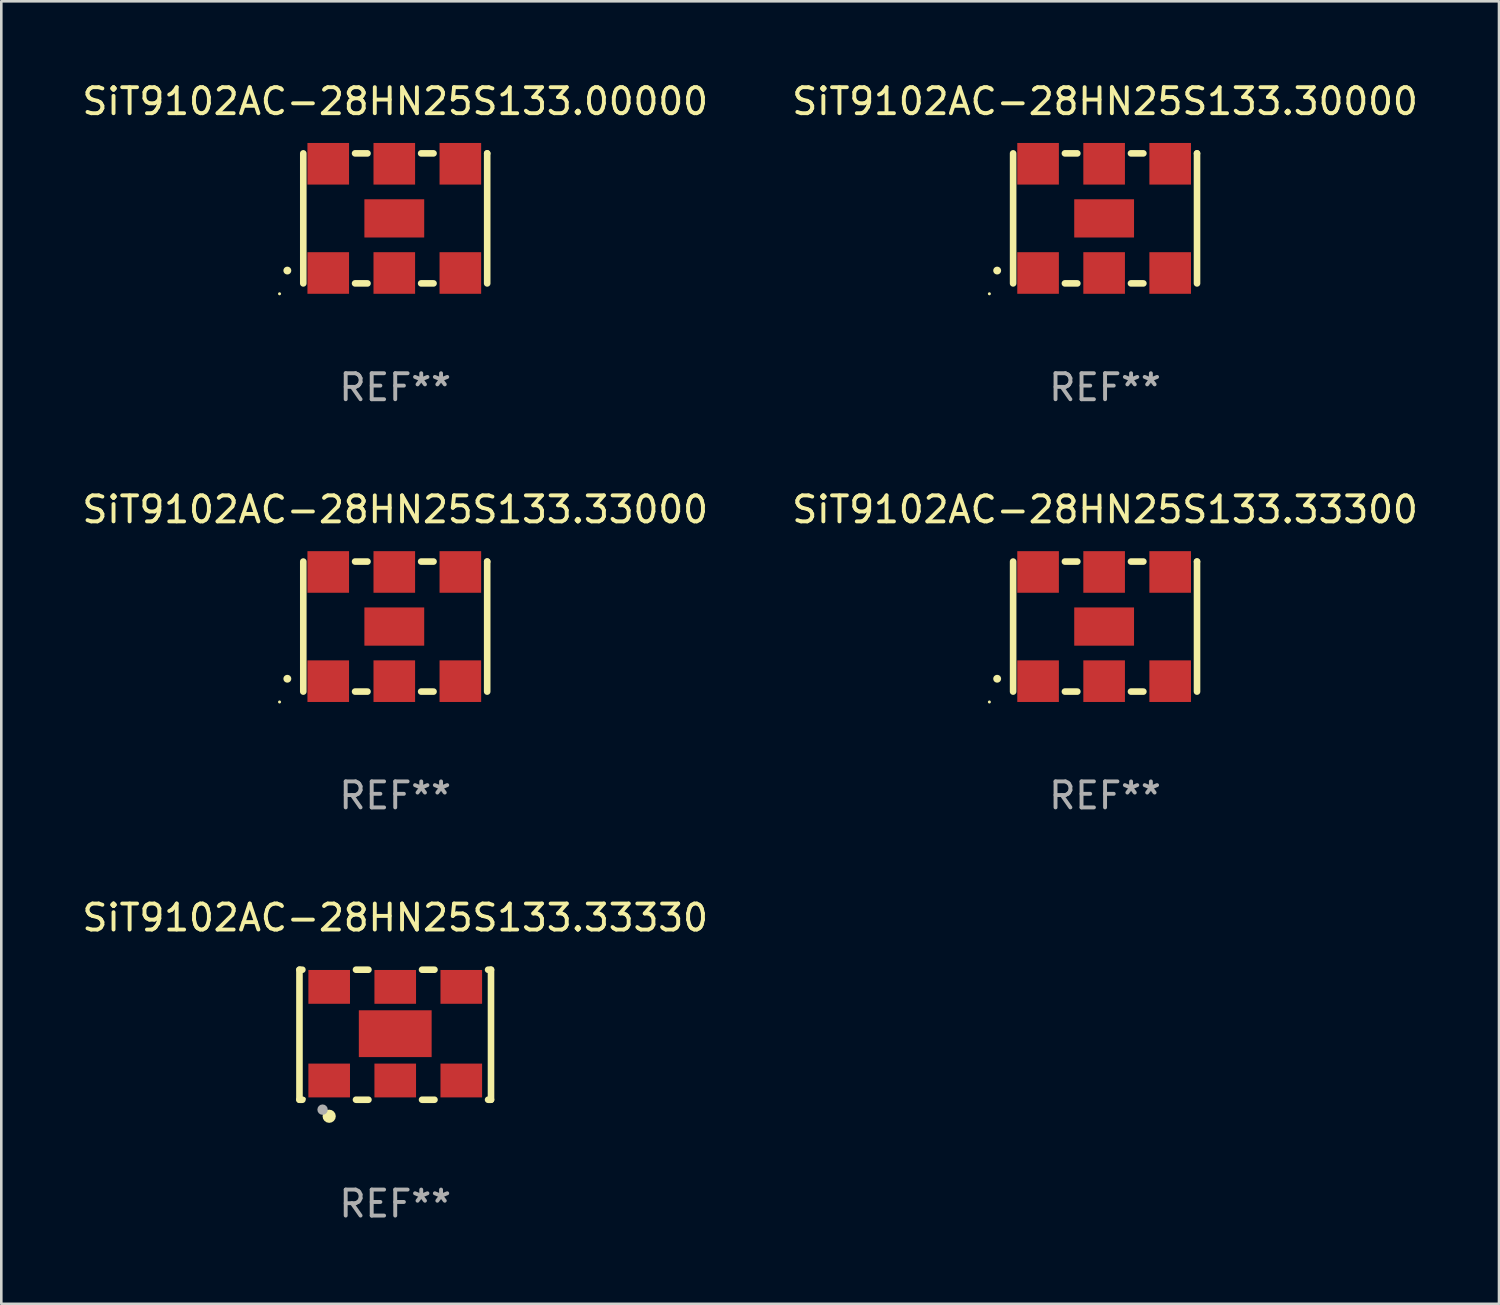
<source format=kicad_pcb>
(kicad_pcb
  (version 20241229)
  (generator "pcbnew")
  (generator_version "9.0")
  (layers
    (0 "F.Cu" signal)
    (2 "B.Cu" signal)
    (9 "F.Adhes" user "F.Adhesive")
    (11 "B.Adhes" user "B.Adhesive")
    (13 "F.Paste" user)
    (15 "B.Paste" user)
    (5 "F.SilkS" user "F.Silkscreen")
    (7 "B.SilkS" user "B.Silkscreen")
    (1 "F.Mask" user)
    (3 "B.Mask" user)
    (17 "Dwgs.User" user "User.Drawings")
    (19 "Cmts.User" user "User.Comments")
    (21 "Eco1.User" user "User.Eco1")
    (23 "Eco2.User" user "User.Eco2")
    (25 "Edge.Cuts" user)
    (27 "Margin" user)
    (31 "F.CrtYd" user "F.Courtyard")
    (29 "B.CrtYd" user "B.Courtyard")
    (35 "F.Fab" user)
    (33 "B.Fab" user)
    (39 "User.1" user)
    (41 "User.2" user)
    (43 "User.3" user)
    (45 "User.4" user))
  (footprint "SiT9102AC-28HN25S133.30000"
    (layer "F.Cu")
    (at 39.446 5.348)
    (property "Reference" "SiT9102AC-28HN25S133.30000" (at 0 -4.5 0) (layer "F.SilkS") (effects (font (size 1 1) (thickness 0.15))))
    (attr through_hole)
    (fp_line (start -3.536 -2.5) (end -3.536 2.5) (stroke (width 0.254) (type solid)) (layer "F.SilkS"))
    (fp_line (start -1.544 2.5) (end -1.067 2.5) (stroke (width 0.254) (type solid)) (layer "F.SilkS"))
    (fp_line (start -1.067 -2.5) (end -1.544 -2.5) (stroke (width 0.254) (type solid)) (layer "F.SilkS"))
    (fp_line (start 0.996 2.5) (end 1.473 2.5) (stroke (width 0.254) (type solid)) (layer "F.SilkS"))
    (fp_line (start 1.473 -2.5) (end 0.996 -2.5) (stroke (width 0.254) (type solid)) (layer "F.SilkS"))
    (fp_line (start 3.536 -2.5) (end 3.536 -2.5) (stroke (width 0.254) (type solid)) (layer "F.SilkS"))
    (fp_line (start 3.536 2.5) (end 3.536 -2.5) (stroke (width 0.254) (type solid)) (layer "F.SilkS"))
    (fp_arc (start -4.150432 2.006604) (mid -4.149162 2.006599) (end -4.147892 2.006604) (stroke (width 0.3) (type solid)) (layer "F.SilkS"))
    (fp_circle (center -4.449 2.9) (end -4.419 2.9) (stroke (width 0.06) (type solid)) (fill no) (layer "F.SilkS"))
    (fp_text user "REF**" (at 0 6.5 0) (layer "F.Fab") (effects (font (size 1 1) (thickness 0.15))))
    (pad "1" smd rect (at -2.576 2.1) (size 1.6 1.6) (layers "F.Cu" "F.Mask" "F.Paste"))
    (pad "2" smd rect (at -0.036 2.1) (size 1.6 1.6) (layers "F.Cu" "F.Mask" "F.Paste"))
    (pad "3" smd rect (at 2.504 2.1) (size 1.6 1.6) (layers "F.Cu" "F.Mask" "F.Paste"))
    (pad "4" smd rect (at 2.504 -2.1) (size 1.6 1.6) (layers "F.Cu" "F.Mask" "F.Paste"))
    (pad "5" smd rect (at -0.036 -2.1) (size 1.6 1.6) (layers "F.Cu" "F.Mask" "F.Paste"))
    (pad "6" smd rect (at -2.576 -2.1) (size 1.6 1.6) (layers "F.Cu" "F.Mask" "F.Paste"))
    (pad "7" smd rect (at -0.036 0) (size 2.3 1.47) (layers "F.Cu" "F.Mask" "F.Paste")))
  (footprint "SiT9102AC-28HN25S133.33330"
    (layer "F.Cu")
    (at 12.149 36.741)
    (property "Reference" "SiT9102AC-28HN25S133.33330" (at 0 -4.5 0) (layer "F.SilkS") (effects (font (size 1 1) (thickness 0.15))))
    (attr through_hole)
    (fp_line (start -3.683 -2.5) (end -3.571 -2.5) (stroke (width 0.254) (type solid)) (layer "F.SilkS"))
    (fp_line (start -3.683 2.5) (end -3.683 -2.5) (stroke (width 0.254) (type solid)) (layer "F.SilkS"))
    (fp_line (start -3.683 2.5) (end -3.571 2.5) (stroke (width 0.254) (type solid)) (layer "F.SilkS"))
    (fp_line (start -1.509 -2.5) (end -1.031 -2.5) (stroke (width 0.254) (type solid)) (layer "F.SilkS"))
    (fp_line (start -1.509 2.5) (end -1.031 2.5) (stroke (width 0.254) (type solid)) (layer "F.SilkS"))
    (fp_line (start 1.031 -2.5) (end 1.509 -2.5) (stroke (width 0.254) (type solid)) (layer "F.SilkS"))
    (fp_line (start 1.031 2.5) (end 1.509 2.5) (stroke (width 0.254) (type solid)) (layer "F.SilkS"))
    (fp_line (start 3.571 -2.5) (end 3.683 -2.5) (stroke (width 0.254) (type solid)) (layer "F.SilkS"))
    (fp_line (start 3.571 2.5) (end 3.683 2.5) (stroke (width 0.254) (type solid)) (layer "F.SilkS"))
    (fp_line (start 3.683 2.5) (end 3.683 -2.5) (stroke (width 0.254) (type solid)) (layer "F.SilkS"))
    (fp_circle (center -3.5 2.46) (end -3.47 2.46) (stroke (width 0.06) (type solid)) (fill no) (layer "F.SilkS"))
    (fp_circle (center -2.54 3.135) (end -2.413 3.135) (stroke (width 0.254) (type solid)) (fill no) (layer "F.SilkS"))
    (fp_circle (center -2.794 2.881) (end -2.694 2.881) (stroke (width 0.2) (type solid)) (fill no) (layer "F.Fab"))
    (fp_text user "REF**" (at 0 6.5 0) (layer "F.Fab") (effects (font (size 1 1) (thickness 0.15))))
    (pad "1" smd rect (at -2.54 1.76) (size 1.6 1.3) (layers "F.Cu" "F.Mask" "F.Paste"))
    (pad "2" smd rect (at 0 1.76) (size 1.6 1.3) (layers "F.Cu" "F.Mask" "F.Paste"))
    (pad "3" smd rect (at 2.54 1.76) (size 1.6 1.3) (layers "F.Cu" "F.Mask" "F.Paste"))
    (pad "4" smd rect (at 2.54 -1.84) (size 1.6 1.3) (layers "F.Cu" "F.Mask" "F.Paste"))
    (pad "5" smd rect (at 0 -1.84) (size 1.6 1.3) (layers "F.Cu" "F.Mask" "F.Paste"))
    (pad "6" smd rect (at -2.54 -1.84) (size 1.6 1.3) (layers "F.Cu" "F.Mask" "F.Paste"))
    (pad "7" smd rect (at 0 -0.04) (size 2.8 1.8) (layers "F.Cu" "F.Mask" "F.Paste")))
  (footprint "SiT9102AC-28HN25S133.00000"
    (layer "F.Cu")
    (at 12.149 5.348)
    (property "Reference" "SiT9102AC-28HN25S133.00000" (at 0 -4.5 0) (layer "F.SilkS") (effects (font (size 1 1) (thickness 0.15))))
    (attr through_hole)
    (fp_line (start -3.536 -2.5) (end -3.536 2.5) (stroke (width 0.254) (type solid)) (layer "F.SilkS"))
    (fp_line (start -1.544 2.5) (end -1.067 2.5) (stroke (width 0.254) (type solid)) (layer "F.SilkS"))
    (fp_line (start -1.067 -2.5) (end -1.544 -2.5) (stroke (width 0.254) (type solid)) (layer "F.SilkS"))
    (fp_line (start 0.996 2.5) (end 1.473 2.5) (stroke (width 0.254) (type solid)) (layer "F.SilkS"))
    (fp_line (start 1.473 -2.5) (end 0.996 -2.5) (stroke (width 0.254) (type solid)) (layer "F.SilkS"))
    (fp_line (start 3.536 -2.5) (end 3.536 -2.5) (stroke (width 0.254) (type solid)) (layer "F.SilkS"))
    (fp_line (start 3.536 2.5) (end 3.536 -2.5) (stroke (width 0.254) (type solid)) (layer "F.SilkS"))
    (fp_arc (start -4.150432 2.006604) (mid -4.149162 2.006599) (end -4.147892 2.006604) (stroke (width 0.3) (type solid)) (layer "F.SilkS"))
    (fp_circle (center -4.449 2.9) (end -4.419 2.9) (stroke (width 0.06) (type solid)) (fill no) (layer "F.SilkS"))
    (fp_text user "REF**" (at 0 6.5 0) (layer "F.Fab") (effects (font (size 1 1) (thickness 0.15))))
    (pad "1" smd rect (at -2.576 2.1) (size 1.6 1.6) (layers "F.Cu" "F.Mask" "F.Paste"))
    (pad "2" smd rect (at -0.036 2.1) (size 1.6 1.6) (layers "F.Cu" "F.Mask" "F.Paste"))
    (pad "3" smd rect (at 2.504 2.1) (size 1.6 1.6) (layers "F.Cu" "F.Mask" "F.Paste"))
    (pad "4" smd rect (at 2.504 -2.1) (size 1.6 1.6) (layers "F.Cu" "F.Mask" "F.Paste"))
    (pad "5" smd rect (at -0.036 -2.1) (size 1.6 1.6) (layers "F.Cu" "F.Mask" "F.Paste"))
    (pad "6" smd rect (at -2.576 -2.1) (size 1.6 1.6) (layers "F.Cu" "F.Mask" "F.Paste"))
    (pad "7" smd rect (at -0.036 0) (size 2.3 1.47) (layers "F.Cu" "F.Mask" "F.Paste")))
  (footprint "SiT9102AC-28HN25S133.33000"
    (layer "F.Cu")
    (at 12.149 21.045)
    (property "Reference" "SiT9102AC-28HN25S133.33000" (at 0 -4.5 0) (layer "F.SilkS") (effects (font (size 1 1) (thickness 0.15))))
    (attr through_hole)
    (fp_line (start -3.536 -2.5) (end -3.536 2.5) (stroke (width 0.254) (type solid)) (layer "F.SilkS"))
    (fp_line (start -1.544 2.5) (end -1.067 2.5) (stroke (width 0.254) (type solid)) (layer "F.SilkS"))
    (fp_line (start -1.067 -2.5) (end -1.544 -2.5) (stroke (width 0.254) (type solid)) (layer "F.SilkS"))
    (fp_line (start 0.996 2.5) (end 1.473 2.5) (stroke (width 0.254) (type solid)) (layer "F.SilkS"))
    (fp_line (start 1.473 -2.5) (end 0.996 -2.5) (stroke (width 0.254) (type solid)) (layer "F.SilkS"))
    (fp_line (start 3.536 -2.5) (end 3.536 -2.5) (stroke (width 0.254) (type solid)) (layer "F.SilkS"))
    (fp_line (start 3.536 2.5) (end 3.536 -2.5) (stroke (width 0.254) (type solid)) (layer "F.SilkS"))
    (fp_arc (start -4.150432 2.006604) (mid -4.149162 2.006599) (end -4.147892 2.006604) (stroke (width 0.3) (type solid)) (layer "F.SilkS"))
    (fp_circle (center -4.449 2.9) (end -4.419 2.9) (stroke (width 0.06) (type solid)) (fill no) (layer "F.SilkS"))
    (fp_text user "REF**" (at 0 6.5 0) (layer "F.Fab") (effects (font (size 1 1) (thickness 0.15))))
    (pad "1" smd rect (at -2.576 2.1) (size 1.6 1.6) (layers "F.Cu" "F.Mask" "F.Paste"))
    (pad "2" smd rect (at -0.036 2.1) (size 1.6 1.6) (layers "F.Cu" "F.Mask" "F.Paste"))
    (pad "3" smd rect (at 2.504 2.1) (size 1.6 1.6) (layers "F.Cu" "F.Mask" "F.Paste"))
    (pad "4" smd rect (at 2.504 -2.1) (size 1.6 1.6) (layers "F.Cu" "F.Mask" "F.Paste"))
    (pad "5" smd rect (at -0.036 -2.1) (size 1.6 1.6) (layers "F.Cu" "F.Mask" "F.Paste"))
    (pad "6" smd rect (at -2.576 -2.1) (size 1.6 1.6) (layers "F.Cu" "F.Mask" "F.Paste"))
    (pad "7" smd rect (at -0.036 0) (size 2.3 1.47) (layers "F.Cu" "F.Mask" "F.Paste")))
  (footprint "SiT9102AC-28HN25S133.33300"
    (layer "F.Cu")
    (at 39.446 21.045)
    (property "Reference" "SiT9102AC-28HN25S133.33300" (at 0 -4.5 0) (layer "F.SilkS") (effects (font (size 1 1) (thickness 0.15))))
    (attr through_hole)
    (fp_line (start -3.536 -2.5) (end -3.536 2.5) (stroke (width 0.254) (type solid)) (layer "F.SilkS"))
    (fp_line (start -1.544 2.5) (end -1.067 2.5) (stroke (width 0.254) (type solid)) (layer "F.SilkS"))
    (fp_line (start -1.067 -2.5) (end -1.544 -2.5) (stroke (width 0.254) (type solid)) (layer "F.SilkS"))
    (fp_line (start 0.996 2.5) (end 1.473 2.5) (stroke (width 0.254) (type solid)) (layer "F.SilkS"))
    (fp_line (start 1.473 -2.5) (end 0.996 -2.5) (stroke (width 0.254) (type solid)) (layer "F.SilkS"))
    (fp_line (start 3.536 -2.5) (end 3.536 -2.5) (stroke (width 0.254) (type solid)) (layer "F.SilkS"))
    (fp_line (start 3.536 2.5) (end 3.536 -2.5) (stroke (width 0.254) (type solid)) (layer "F.SilkS"))
    (fp_arc (start -4.150432 2.006604) (mid -4.149162 2.006599) (end -4.147892 2.006604) (stroke (width 0.3) (type solid)) (layer "F.SilkS"))
    (fp_circle (center -4.449 2.9) (end -4.419 2.9) (stroke (width 0.06) (type solid)) (fill no) (layer "F.SilkS"))
    (fp_text user "REF**" (at 0 6.5 0) (layer "F.Fab") (effects (font (size 1 1) (thickness 0.15))))
    (pad "1" smd rect (at -2.576 2.1) (size 1.6 1.6) (layers "F.Cu" "F.Mask" "F.Paste"))
    (pad "2" smd rect (at -0.036 2.1) (size 1.6 1.6) (layers "F.Cu" "F.Mask" "F.Paste"))
    (pad "3" smd rect (at 2.504 2.1) (size 1.6 1.6) (layers "F.Cu" "F.Mask" "F.Paste"))
    (pad "4" smd rect (at 2.504 -2.1) (size 1.6 1.6) (layers "F.Cu" "F.Mask" "F.Paste"))
    (pad "5" smd rect (at -0.036 -2.1) (size 1.6 1.6) (layers "F.Cu" "F.Mask" "F.Paste"))
    (pad "6" smd rect (at -2.576 -2.1) (size 1.6 1.6) (layers "F.Cu" "F.Mask" "F.Paste"))
    (pad "7" smd rect (at -0.036 0) (size 2.3 1.47) (layers "F.Cu" "F.Mask" "F.Paste")))
  (gr_rect
    (start -3 -3)
    (end 54.595 47.09)
    (stroke (width 0.1) (type default))
    (fill no)
    (layer "Edge.Cuts")))
</source>
